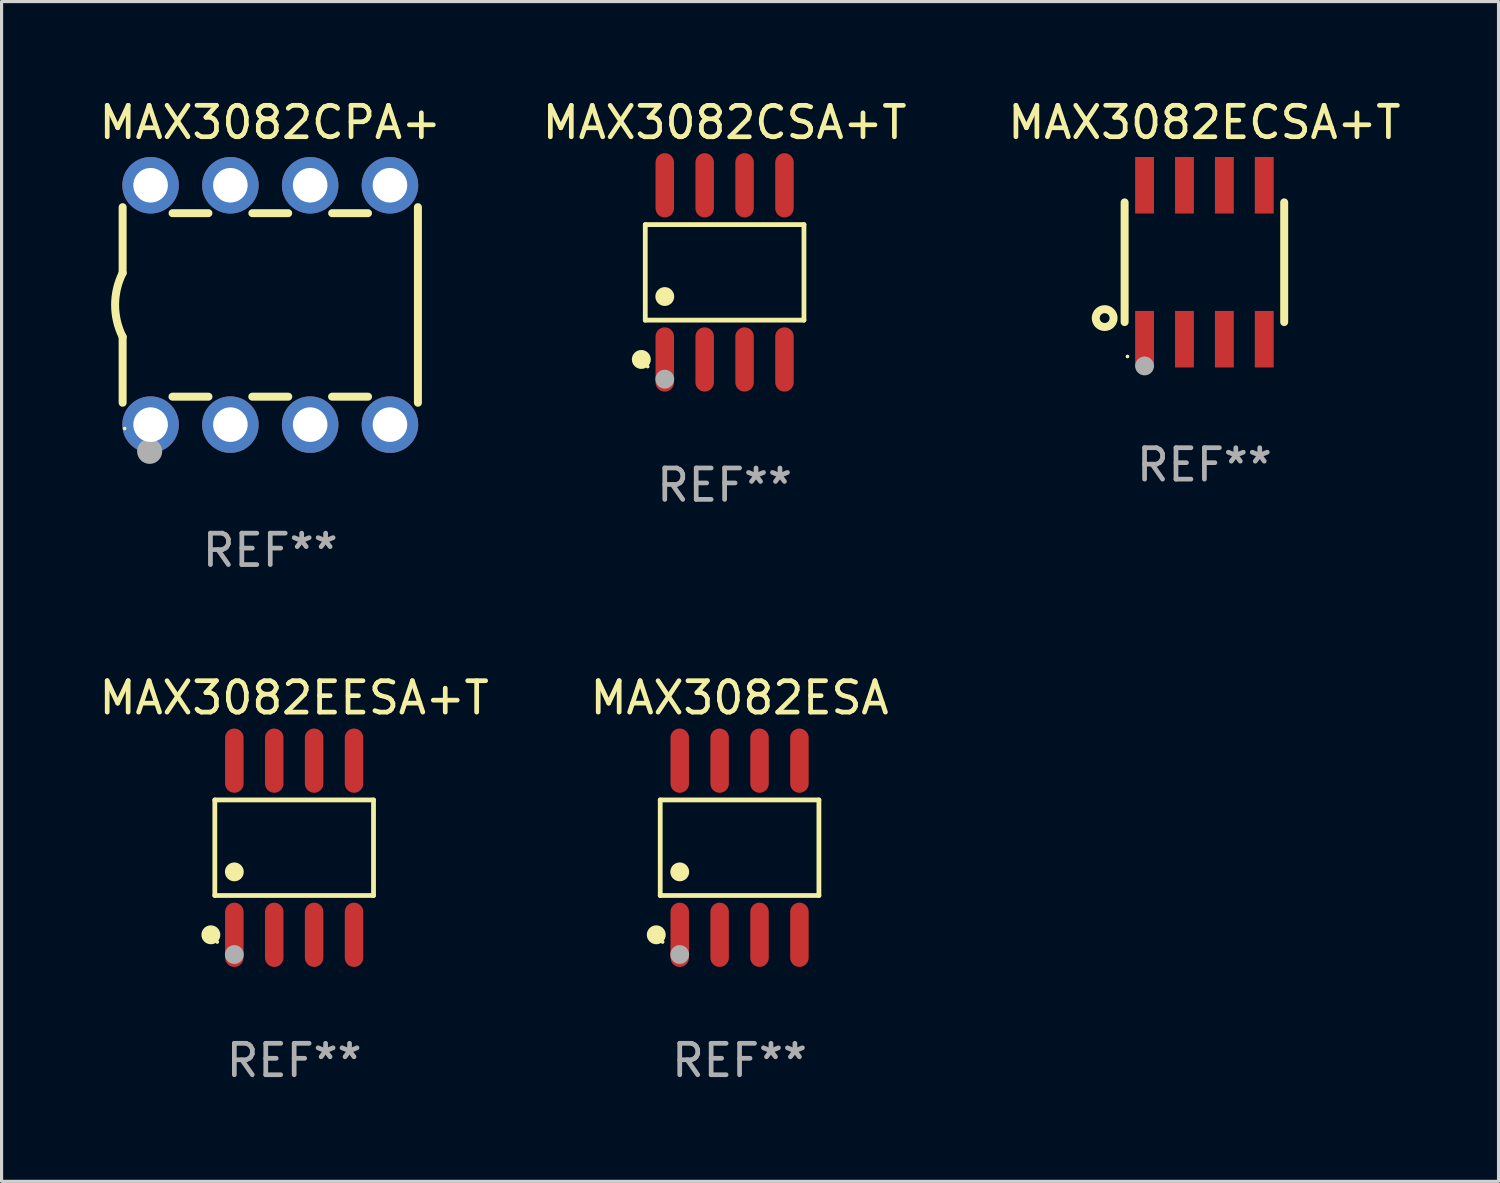
<source format=kicad_pcb>
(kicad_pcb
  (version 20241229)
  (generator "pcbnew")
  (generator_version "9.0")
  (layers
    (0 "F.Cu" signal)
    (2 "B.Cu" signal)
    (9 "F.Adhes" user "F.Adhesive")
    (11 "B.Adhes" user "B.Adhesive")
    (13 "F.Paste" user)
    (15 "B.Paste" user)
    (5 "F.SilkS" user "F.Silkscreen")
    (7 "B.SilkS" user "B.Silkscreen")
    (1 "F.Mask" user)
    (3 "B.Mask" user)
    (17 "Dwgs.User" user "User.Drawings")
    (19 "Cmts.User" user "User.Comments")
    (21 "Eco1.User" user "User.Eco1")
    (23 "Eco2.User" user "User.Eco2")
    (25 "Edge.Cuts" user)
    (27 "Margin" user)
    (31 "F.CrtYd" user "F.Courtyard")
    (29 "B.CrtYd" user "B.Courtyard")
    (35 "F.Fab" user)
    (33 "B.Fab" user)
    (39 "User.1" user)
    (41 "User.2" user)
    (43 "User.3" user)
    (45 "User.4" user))
  (footprint "MAX3082ECSA+T"
    (layer "F.Cu")
    (at 35.292 5.298)
    (property "Reference" "MAX3082ECSA+T" (at 0 -4.45 0) (layer "F.SilkS") (effects (font (size 1 1) (thickness 0.15))))
    (attr through_hole)
    (fp_line (start -2.54 -1.905) (end -2.54 1.905) (stroke (width 0.254) (type solid)) (layer "F.SilkS"))
    (fp_line (start 2.54 -1.905) (end 2.54 1.905) (stroke (width 0.254) (type solid)) (layer "F.SilkS"))
    (fp_circle (center -3.175 1.778) (end -2.891 1.778) (stroke (width 0.254) (type solid)) (fill no) (layer "F.SilkS"))
    (fp_circle (center -2.45 3) (end -2.42 3) (stroke (width 0.06) (type solid)) (fill no) (layer "F.SilkS"))
    (fp_circle (center -1.905 3.302) (end -1.755 3.302) (stroke (width 0.3) (type solid)) (fill no) (layer "F.Fab"))
    (fp_text user "REF**" (at 0 6.45 0) (layer "F.Fab") (effects (font (size 1 1) (thickness 0.15))))
    (pad "1" smd rect (at -1.905 2.45) (size 0.6 1.8) (layers "F.Cu" "F.Mask" "F.Paste"))
    (pad "2" smd rect (at -0.635 2.45) (size 0.6 1.8) (layers "F.Cu" "F.Mask" "F.Paste"))
    (pad "3" smd rect (at 0.635 2.45) (size 0.6 1.8) (layers "F.Cu" "F.Mask" "F.Paste"))
    (pad "4" smd rect (at 1.905 2.45) (size 0.6 1.8) (layers "F.Cu" "F.Mask" "F.Paste"))
    (pad "5" smd rect (at 1.905 -2.45 180) (size 0.6 1.8) (layers "F.Cu" "F.Mask" "F.Paste"))
    (pad "6" smd rect (at 0.635 -2.45 180) (size 0.6 1.8) (layers "F.Cu" "F.Mask" "F.Paste"))
    (pad "7" smd rect (at -0.635 -2.45 180) (size 0.6 1.8) (layers "F.Cu" "F.Mask" "F.Paste"))
    (pad "8" smd rect (at -1.905 -2.45 180) (size 0.6 1.8) (layers "F.Cu" "F.Mask" "F.Paste")))
  (footprint "MAX3082CPA+"
    (layer "F.Cu")
    (at 5.554 6.658)
    (property "Reference" "MAX3082CPA+" (at 0 -5.81 0) (layer "F.SilkS") (effects (font (size 1 1) (thickness 0.15))))
    (attr through_hole)
    (fp_line (start -4.7 -1.017) (end -4.7 -3.113) (stroke (width 0.254) (type solid)) (layer "F.SilkS"))
    (fp_line (start -4.7 1.015) (end -4.7 3.113) (stroke (width 0.254) (type solid)) (layer "F.SilkS"))
    (fp_line (start -3.113 2.92) (end -1.967 2.92) (stroke (width 0.254) (type solid)) (layer "F.SilkS"))
    (fp_line (start -3.111 -2.922) (end -1.969 -2.922) (stroke (width 0.254) (type solid)) (layer "F.SilkS"))
    (fp_line (start -0.573 2.92) (end 0.573 2.92) (stroke (width 0.254) (type solid)) (layer "F.SilkS"))
    (fp_line (start -0.571 -2.922) (end 0.571 -2.922) (stroke (width 0.254) (type solid)) (layer "F.SilkS"))
    (fp_line (start 1.967 2.92) (end 3.113 2.92) (stroke (width 0.254) (type solid)) (layer "F.SilkS"))
    (fp_line (start 1.969 -2.922) (end 3.111 -2.922) (stroke (width 0.254) (type solid)) (layer "F.SilkS"))
    (fp_line (start 4.7 -3.113) (end 4.7 3.113) (stroke (width 0.254) (type solid)) (layer "F.SilkS"))
    (fp_arc (start -4.7 1.01524) (mid -4.939846 -0.000762) (end -4.7 -1.016764) (stroke (width 0.254001) (type solid)) (layer "F.SilkS"))
    (fp_circle (center -4.636 3.935) (end -4.606 3.935) (stroke (width 0.06) (type solid)) (fill no) (layer "F.SilkS"))
    (fp_circle (center -3.84 4.66) (end -3.64 4.66) (stroke (width 0.4) (type solid)) (fill no) (layer "F.Fab"))
    (fp_text user "REF**" (at 0 7.81 0) (layer "F.Fab") (effects (font (size 1 1) (thickness 0.15))))
    (pad "1" thru_hole circle (at -3.81 3.81) (size 1.8 1.8) (drill 1.1) (layers "*.Cu" "*.Mask"))
    (pad "2" thru_hole circle (at -1.27 3.81) (size 1.8 1.8) (drill 1.1) (layers "*.Cu" "*.Mask"))
    (pad "3" thru_hole circle (at 1.27 3.81) (size 1.8 1.8) (drill 1.1) (layers "*.Cu" "*.Mask"))
    (pad "4" thru_hole circle (at 3.81 3.81) (size 1.8 1.8) (drill 1.1) (layers "*.Cu" "*.Mask"))
    (pad "5" thru_hole circle (at 3.81 -3.81) (size 1.8 1.8) (drill 1.1) (layers "*.Cu" "*.Mask"))
    (pad "6" thru_hole circle (at 1.27 -3.81) (size 1.8 1.8) (drill 1.1) (layers "*.Cu" "*.Mask"))
    (pad "7" thru_hole circle (at -1.27 -3.81) (size 1.8 1.8) (drill 1.1) (layers "*.Cu" "*.Mask"))
    (pad "8" thru_hole circle (at -3.81 -3.81) (size 1.8 1.8) (drill 1.1) (layers "*.Cu" "*.Mask")))
  (footprint "MAX3082EESA+T"
    (layer "F.Cu")
    (at 6.315 23.937)
    (property "Reference" "MAX3082EESA+T" (at 0 -4.772 0) (layer "F.SilkS") (effects (font (size 1 1) (thickness 0.15))))
    (attr through_hole)
    (fp_line (start -2.526 -1.521) (end 2.526 -1.521) (stroke (width 0.152) (type solid)) (layer "F.SilkS"))
    (fp_line (start -2.526 1.521) (end -2.526 -1.521) (stroke (width 0.152) (type solid)) (layer "F.SilkS"))
    (fp_line (start 2.526 -1.521) (end 2.526 1.521) (stroke (width 0.152) (type solid)) (layer "F.SilkS"))
    (fp_line (start 2.526 1.521) (end -2.526 1.521) (stroke (width 0.152) (type solid)) (layer "F.SilkS"))
    (fp_circle (center -2.652 2.772) (end -2.501 2.772) (stroke (width 0.3) (type solid)) (fill no) (layer "F.SilkS"))
    (fp_circle (center -2.45 3) (end -2.42 3) (stroke (width 0.06) (type solid)) (fill no) (layer "F.SilkS"))
    (fp_circle (center -1.905 0.769) (end -1.755 0.769) (stroke (width 0.3) (type solid)) (fill no) (layer "F.SilkS"))
    (fp_circle (center -1.905 3.4) (end -1.755 3.4) (stroke (width 0.3) (type solid)) (fill no) (layer "F.Fab"))
    (fp_text user "REF**" (at 0 6.772 0) (layer "F.Fab") (effects (font (size 1 1) (thickness 0.15))))
    (pad "1" smd oval (at -1.905 2.772) (size 0.588 2.045) (layers "F.Cu" "F.Mask" "F.Paste"))
    (pad "2" smd oval (at -0.635 2.772) (size 0.588 2.045) (layers "F.Cu" "F.Mask" "F.Paste"))
    (pad "3" smd oval (at 0.635 2.772) (size 0.588 2.045) (layers "F.Cu" "F.Mask" "F.Paste"))
    (pad "4" smd oval (at 1.905 2.772) (size 0.588 2.045) (layers "F.Cu" "F.Mask" "F.Paste"))
    (pad "5" smd oval (at 1.905 -2.772) (size 0.588 2.045) (layers "F.Cu" "F.Mask" "F.Paste"))
    (pad "6" smd oval (at 0.635 -2.772) (size 0.588 2.045) (layers "F.Cu" "F.Mask" "F.Paste"))
    (pad "7" smd oval (at -0.635 -2.772) (size 0.588 2.045) (layers "F.Cu" "F.Mask" "F.Paste"))
    (pad "8" smd oval (at -1.905 -2.772) (size 0.588 2.045) (layers "F.Cu" "F.Mask" "F.Paste")))
  (footprint "MAX3082ESA"
    (layer "F.Cu")
    (at 20.494 23.937)
    (property "Reference" "MAX3082ESA" (at 0 -4.772 0) (layer "F.SilkS") (effects (font (size 1 1) (thickness 0.15))))
    (attr through_hole)
    (fp_line (start -2.526 -1.521) (end 2.526 -1.521) (stroke (width 0.152) (type solid)) (layer "F.SilkS"))
    (fp_line (start -2.526 1.521) (end -2.526 -1.521) (stroke (width 0.152) (type solid)) (layer "F.SilkS"))
    (fp_line (start 2.526 -1.521) (end 2.526 1.521) (stroke (width 0.152) (type solid)) (layer "F.SilkS"))
    (fp_line (start 2.526 1.521) (end -2.526 1.521) (stroke (width 0.152) (type solid)) (layer "F.SilkS"))
    (fp_circle (center -2.652 2.772) (end -2.501 2.772) (stroke (width 0.3) (type solid)) (fill no) (layer "F.SilkS"))
    (fp_circle (center -2.45 3) (end -2.42 3) (stroke (width 0.06) (type solid)) (fill no) (layer "F.SilkS"))
    (fp_circle (center -1.905 0.769) (end -1.755 0.769) (stroke (width 0.3) (type solid)) (fill no) (layer "F.SilkS"))
    (fp_circle (center -1.905 3.4) (end -1.755 3.4) (stroke (width 0.3) (type solid)) (fill no) (layer "F.Fab"))
    (fp_text user "REF**" (at 0 6.772 0) (layer "F.Fab") (effects (font (size 1 1) (thickness 0.15))))
    (pad "1" smd oval (at -1.905 2.772) (size 0.588 2.045) (layers "F.Cu" "F.Mask" "F.Paste"))
    (pad "2" smd oval (at -0.635 2.772) (size 0.588 2.045) (layers "F.Cu" "F.Mask" "F.Paste"))
    (pad "3" smd oval (at 0.635 2.772) (size 0.588 2.045) (layers "F.Cu" "F.Mask" "F.Paste"))
    (pad "4" smd oval (at 1.905 2.772) (size 0.588 2.045) (layers "F.Cu" "F.Mask" "F.Paste"))
    (pad "5" smd oval (at 1.905 -2.772) (size 0.588 2.045) (layers "F.Cu" "F.Mask" "F.Paste"))
    (pad "6" smd oval (at 0.635 -2.772) (size 0.588 2.045) (layers "F.Cu" "F.Mask" "F.Paste"))
    (pad "7" smd oval (at -0.635 -2.772) (size 0.588 2.045) (layers "F.Cu" "F.Mask" "F.Paste"))
    (pad "8" smd oval (at -1.905 -2.772) (size 0.588 2.045) (layers "F.Cu" "F.Mask" "F.Paste")))
  (footprint "MAX3082CSA+T"
    (layer "F.Cu")
    (at 20.018 5.621)
    (property "Reference" "MAX3082CSA+T" (at 0 -4.772 0) (layer "F.SilkS") (effects (font (size 1 1) (thickness 0.15))))
    (attr through_hole)
    (fp_line (start -2.526 -1.521) (end 2.526 -1.521) (stroke (width 0.152) (type solid)) (layer "F.SilkS"))
    (fp_line (start -2.526 1.521) (end -2.526 -1.521) (stroke (width 0.152) (type solid)) (layer "F.SilkS"))
    (fp_line (start 2.526 -1.521) (end 2.526 1.521) (stroke (width 0.152) (type solid)) (layer "F.SilkS"))
    (fp_line (start 2.526 1.521) (end -2.526 1.521) (stroke (width 0.152) (type solid)) (layer "F.SilkS"))
    (fp_circle (center -2.652 2.772) (end -2.501 2.772) (stroke (width 0.3) (type solid)) (fill no) (layer "F.SilkS"))
    (fp_circle (center -2.45 3) (end -2.42 3) (stroke (width 0.06) (type solid)) (fill no) (layer "F.SilkS"))
    (fp_circle (center -1.905 0.769) (end -1.755 0.769) (stroke (width 0.3) (type solid)) (fill no) (layer "F.SilkS"))
    (fp_circle (center -1.905 3.4) (end -1.755 3.4) (stroke (width 0.3) (type solid)) (fill no) (layer "F.Fab"))
    (fp_text user "REF**" (at 0 6.772 0) (layer "F.Fab") (effects (font (size 1 1) (thickness 0.15))))
    (pad "1" smd oval (at -1.905 2.772) (size 0.588 2.045) (layers "F.Cu" "F.Mask" "F.Paste"))
    (pad "2" smd oval (at -0.635 2.772) (size 0.588 2.045) (layers "F.Cu" "F.Mask" "F.Paste"))
    (pad "3" smd oval (at 0.635 2.772) (size 0.588 2.045) (layers "F.Cu" "F.Mask" "F.Paste"))
    (pad "4" smd oval (at 1.905 2.772) (size 0.588 2.045) (layers "F.Cu" "F.Mask" "F.Paste"))
    (pad "5" smd oval (at 1.905 -2.772) (size 0.588 2.045) (layers "F.Cu" "F.Mask" "F.Paste"))
    (pad "6" smd oval (at 0.635 -2.772) (size 0.588 2.045) (layers "F.Cu" "F.Mask" "F.Paste"))
    (pad "7" smd oval (at -0.635 -2.772) (size 0.588 2.045) (layers "F.Cu" "F.Mask" "F.Paste"))
    (pad "8" smd oval (at -1.905 -2.772) (size 0.588 2.045) (layers "F.Cu" "F.Mask" "F.Paste")))
  (gr_rect
    (start -3 -3)
    (end 44.655 34.558)
    (stroke (width 0.1) (type default))
    (fill no)
    (layer "Edge.Cuts")))
</source>
